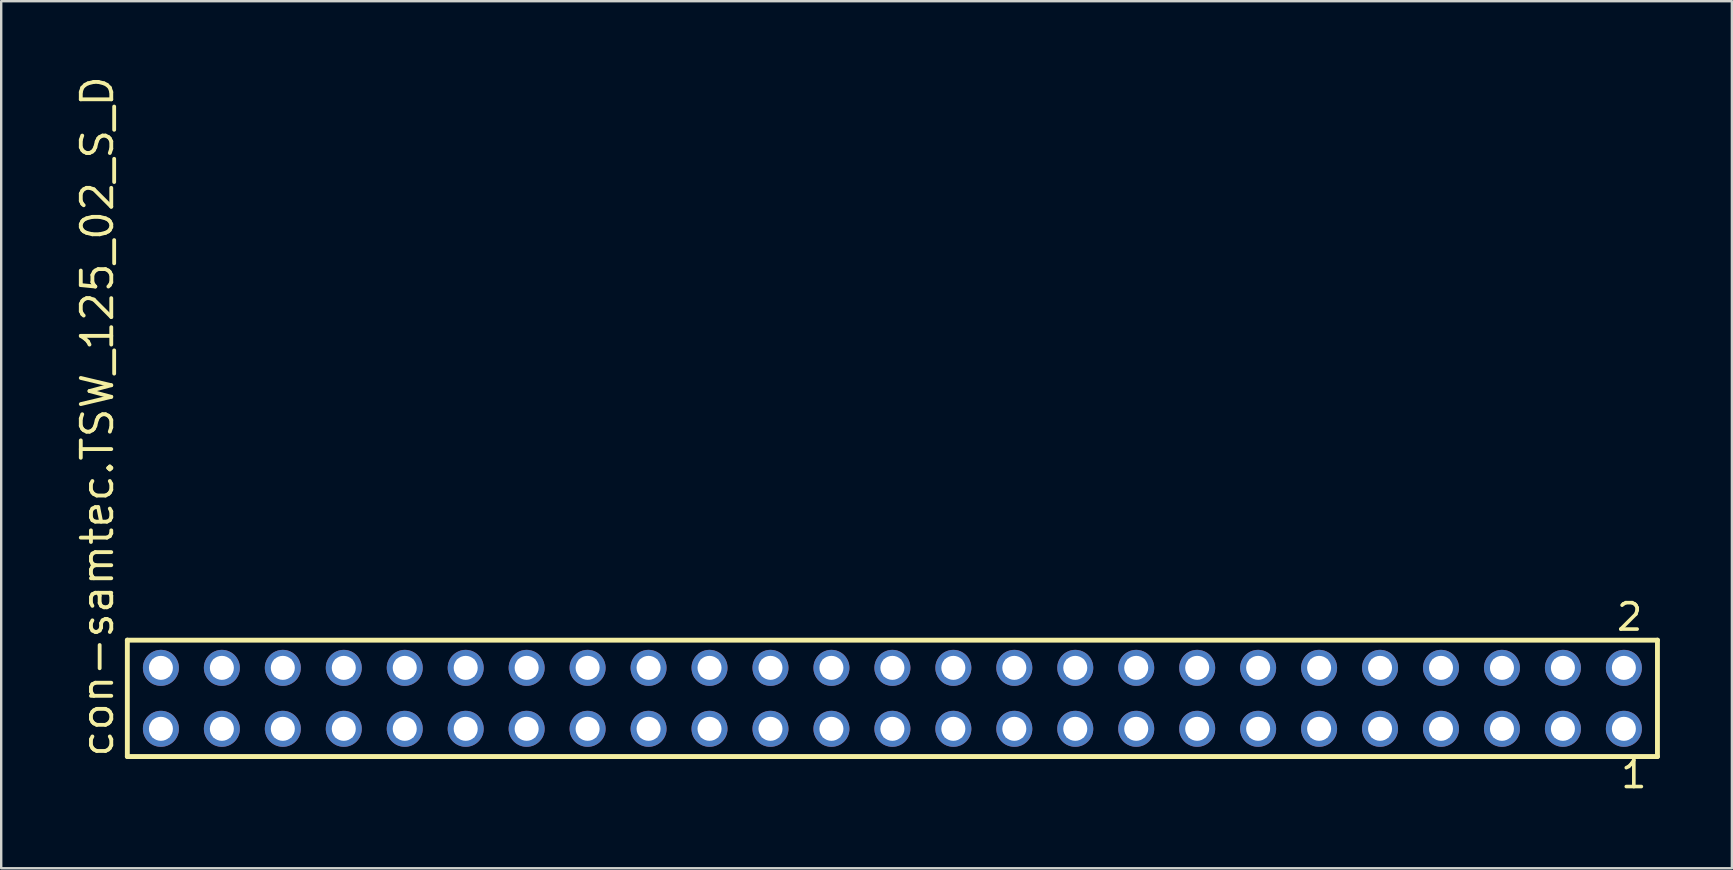
<source format=kicad_pcb>
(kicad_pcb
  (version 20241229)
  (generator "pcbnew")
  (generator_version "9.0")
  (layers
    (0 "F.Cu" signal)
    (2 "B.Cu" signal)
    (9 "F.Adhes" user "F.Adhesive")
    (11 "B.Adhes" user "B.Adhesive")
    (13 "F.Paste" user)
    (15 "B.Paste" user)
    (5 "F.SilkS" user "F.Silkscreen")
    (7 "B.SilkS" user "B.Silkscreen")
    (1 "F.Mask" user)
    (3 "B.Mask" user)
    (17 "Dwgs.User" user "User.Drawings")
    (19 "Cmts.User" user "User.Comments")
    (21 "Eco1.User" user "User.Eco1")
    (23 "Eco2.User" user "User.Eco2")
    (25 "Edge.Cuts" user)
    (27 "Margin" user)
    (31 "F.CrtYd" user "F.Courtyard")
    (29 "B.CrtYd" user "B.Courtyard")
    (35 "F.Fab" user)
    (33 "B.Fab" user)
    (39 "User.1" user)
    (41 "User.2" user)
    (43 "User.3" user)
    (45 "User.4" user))
  (footprint "con-samtec.TSW_125_02_S_D"
    (layer "F.Cu")
    (at 34.135 26.049)
    (property "Reference" "con-samtec.TSW_125_02_S_D" (at -32.385 2.54 90) (layer "F.SilkS") (effects (font (size 1.27 1.27) (thickness 0.16)) (justify left bottom)))
    (attr through_hole)
    (fp_line (start -31.879 -2.425) (end 31.879 -2.425) (stroke (width 0.203) (type default)) (layer "F.SilkS"))
    (fp_line (start -31.879 2.425) (end -31.879 -2.425) (stroke (width 0.203) (type default)) (layer "F.SilkS"))
    (fp_line (start 31.879 -2.425) (end 31.879 2.425) (stroke (width 0.203) (type default)) (layer "F.SilkS"))
    (fp_line (start 31.879 2.425) (end -31.879 2.425) (stroke (width 0.203) (type default)) (layer "F.SilkS"))
    (fp_rect (start -30.83 -0.92) (end -30.13 -1.62) (stroke (width 0.05) (type default)) (fill no) (layer "F.Fab"))
    (fp_rect (start -30.83 1.62) (end -30.13 0.92) (stroke (width 0.05) (type default)) (fill no) (layer "F.Fab"))
    (fp_rect (start -28.29 -0.92) (end -27.59 -1.62) (stroke (width 0.05) (type default)) (fill no) (layer "F.Fab"))
    (fp_rect (start -28.29 1.62) (end -27.59 0.92) (stroke (width 0.05) (type default)) (fill no) (layer "F.Fab"))
    (fp_rect (start -25.75 -0.92) (end -25.05 -1.62) (stroke (width 0.05) (type default)) (fill no) (layer "F.Fab"))
    (fp_rect (start -25.75 1.62) (end -25.05 0.92) (stroke (width 0.05) (type default)) (fill no) (layer "F.Fab"))
    (fp_rect (start -23.21 -0.92) (end -22.51 -1.62) (stroke (width 0.05) (type default)) (fill no) (layer "F.Fab"))
    (fp_rect (start -23.21 1.62) (end -22.51 0.92) (stroke (width 0.05) (type default)) (fill no) (layer "F.Fab"))
    (fp_rect (start -20.67 -0.92) (end -19.97 -1.62) (stroke (width 0.05) (type default)) (fill no) (layer "F.Fab"))
    (fp_rect (start -20.67 1.62) (end -19.97 0.92) (stroke (width 0.05) (type default)) (fill no) (layer "F.Fab"))
    (fp_rect (start -18.13 -0.92) (end -17.43 -1.62) (stroke (width 0.05) (type default)) (fill no) (layer "F.Fab"))
    (fp_rect (start -18.13 1.62) (end -17.43 0.92) (stroke (width 0.05) (type default)) (fill no) (layer "F.Fab"))
    (fp_rect (start -15.59 -0.92) (end -14.89 -1.62) (stroke (width 0.05) (type default)) (fill no) (layer "F.Fab"))
    (fp_rect (start -15.59 1.62) (end -14.89 0.92) (stroke (width 0.05) (type default)) (fill no) (layer "F.Fab"))
    (fp_rect (start -13.05 -0.92) (end -12.35 -1.62) (stroke (width 0.05) (type default)) (fill no) (layer "F.Fab"))
    (fp_rect (start -13.05 1.62) (end -12.35 0.92) (stroke (width 0.05) (type default)) (fill no) (layer "F.Fab"))
    (fp_rect (start -10.51 -0.92) (end -9.81 -1.62) (stroke (width 0.05) (type default)) (fill no) (layer "F.Fab"))
    (fp_rect (start -10.51 1.62) (end -9.81 0.92) (stroke (width 0.05) (type default)) (fill no) (layer "F.Fab"))
    (fp_rect (start -7.97 -0.92) (end -7.27 -1.62) (stroke (width 0.05) (type default)) (fill no) (layer "F.Fab"))
    (fp_rect (start -7.97 1.62) (end -7.27 0.92) (stroke (width 0.05) (type default)) (fill no) (layer "F.Fab"))
    (fp_rect (start -5.43 -0.92) (end -4.73 -1.62) (stroke (width 0.05) (type default)) (fill no) (layer "F.Fab"))
    (fp_rect (start -5.43 1.62) (end -4.73 0.92) (stroke (width 0.05) (type default)) (fill no) (layer "F.Fab"))
    (fp_rect (start -2.89 -0.92) (end -2.19 -1.62) (stroke (width 0.05) (type default)) (fill no) (layer "F.Fab"))
    (fp_rect (start -2.89 1.62) (end -2.19 0.92) (stroke (width 0.05) (type default)) (fill no) (layer "F.Fab"))
    (fp_rect (start -0.35 -0.92) (end 0.35 -1.62) (stroke (width 0.05) (type default)) (fill no) (layer "F.Fab"))
    (fp_rect (start -0.35 1.62) (end 0.35 0.92) (stroke (width 0.05) (type default)) (fill no) (layer "F.Fab"))
    (fp_rect (start 2.19 -0.92) (end 2.89 -1.62) (stroke (width 0.05) (type default)) (fill no) (layer "F.Fab"))
    (fp_rect (start 2.19 1.62) (end 2.89 0.92) (stroke (width 0.05) (type default)) (fill no) (layer "F.Fab"))
    (fp_rect (start 4.73 -0.92) (end 5.43 -1.62) (stroke (width 0.05) (type default)) (fill no) (layer "F.Fab"))
    (fp_rect (start 4.73 1.62) (end 5.43 0.92) (stroke (width 0.05) (type default)) (fill no) (layer "F.Fab"))
    (fp_rect (start 7.27 -0.92) (end 7.97 -1.62) (stroke (width 0.05) (type default)) (fill no) (layer "F.Fab"))
    (fp_rect (start 7.27 1.62) (end 7.97 0.92) (stroke (width 0.05) (type default)) (fill no) (layer "F.Fab"))
    (fp_rect (start 9.81 -0.92) (end 10.51 -1.62) (stroke (width 0.05) (type default)) (fill no) (layer "F.Fab"))
    (fp_rect (start 9.81 1.62) (end 10.51 0.92) (stroke (width 0.05) (type default)) (fill no) (layer "F.Fab"))
    (fp_rect (start 12.35 -0.92) (end 13.05 -1.62) (stroke (width 0.05) (type default)) (fill no) (layer "F.Fab"))
    (fp_rect (start 12.35 1.62) (end 13.05 0.92) (stroke (width 0.05) (type default)) (fill no) (layer "F.Fab"))
    (fp_rect (start 14.89 -0.92) (end 15.59 -1.62) (stroke (width 0.05) (type default)) (fill no) (layer "F.Fab"))
    (fp_rect (start 14.89 1.62) (end 15.59 0.92) (stroke (width 0.05) (type default)) (fill no) (layer "F.Fab"))
    (fp_rect (start 17.43 -0.92) (end 18.13 -1.62) (stroke (width 0.05) (type default)) (fill no) (layer "F.Fab"))
    (fp_rect (start 17.43 1.62) (end 18.13 0.92) (stroke (width 0.05) (type default)) (fill no) (layer "F.Fab"))
    (fp_rect (start 19.97 -0.92) (end 20.67 -1.62) (stroke (width 0.05) (type default)) (fill no) (layer "F.Fab"))
    (fp_rect (start 19.97 1.62) (end 20.67 0.92) (stroke (width 0.05) (type default)) (fill no) (layer "F.Fab"))
    (fp_rect (start 22.51 -0.92) (end 23.21 -1.62) (stroke (width 0.05) (type default)) (fill no) (layer "F.Fab"))
    (fp_rect (start 22.51 1.62) (end 23.21 0.92) (stroke (width 0.05) (type default)) (fill no) (layer "F.Fab"))
    (fp_rect (start 25.05 -0.92) (end 25.75 -1.62) (stroke (width 0.05) (type default)) (fill no) (layer "F.Fab"))
    (fp_rect (start 25.05 1.62) (end 25.75 0.92) (stroke (width 0.05) (type default)) (fill no) (layer "F.Fab"))
    (fp_rect (start 27.59 -0.92) (end 28.29 -1.62) (stroke (width 0.05) (type default)) (fill no) (layer "F.Fab"))
    (fp_rect (start 27.59 1.62) (end 28.29 0.92) (stroke (width 0.05) (type default)) (fill no) (layer "F.Fab"))
    (fp_rect (start 30.13 -0.92) (end 30.83 -1.62) (stroke (width 0.05) (type default)) (fill no) (layer "F.Fab"))
    (fp_rect (start 30.13 1.62) (end 30.83 0.92) (stroke (width 0.05) (type default)) (fill no) (layer "F.Fab"))
    (fp_text user "2" (at 30.097 -2.744 0) (layer "F.SilkS") (effects (font (size 1.1 1.1) (thickness 0.15)) (justify left bottom)))
    (fp_text user "1" (at 30.272 3.818 0) (layer "F.SilkS") (effects (font (size 1.1 1.1) (thickness 0.15)) (justify left bottom)))
    (pad "1" thru_hole circle (at 30.48 1.27 180) (size 1.5 1.5) (drill 1) (layers "*.Cu" "*.Mask"))
    (pad "2" thru_hole circle (at 30.48 -1.27 180) (size 1.5 1.5) (drill 1) (layers "*.Cu" "*.Mask"))
    (pad "3" thru_hole circle (at 27.94 1.27 180) (size 1.5 1.5) (drill 1) (layers "*.Cu" "*.Mask"))
    (pad "4" thru_hole circle (at 27.94 -1.27 180) (size 1.5 1.5) (drill 1) (layers "*.Cu" "*.Mask"))
    (pad "5" thru_hole circle (at 25.4 1.27 180) (size 1.5 1.5) (drill 1) (layers "*.Cu" "*.Mask"))
    (pad "6" thru_hole circle (at 25.4 -1.27 180) (size 1.5 1.5) (drill 1) (layers "*.Cu" "*.Mask"))
    (pad "7" thru_hole circle (at 22.86 1.27 180) (size 1.5 1.5) (drill 1) (layers "*.Cu" "*.Mask"))
    (pad "8" thru_hole circle (at 22.86 -1.27 180) (size 1.5 1.5) (drill 1) (layers "*.Cu" "*.Mask"))
    (pad "9" thru_hole circle (at 20.32 1.27 180) (size 1.5 1.5) (drill 1) (layers "*.Cu" "*.Mask"))
    (pad "10" thru_hole circle (at 20.32 -1.27 180) (size 1.5 1.5) (drill 1) (layers "*.Cu" "*.Mask"))
    (pad "11" thru_hole circle (at 17.78 1.27 180) (size 1.5 1.5) (drill 1) (layers "*.Cu" "*.Mask"))
    (pad "12" thru_hole circle (at 17.78 -1.27 180) (size 1.5 1.5) (drill 1) (layers "*.Cu" "*.Mask"))
    (pad "13" thru_hole circle (at 15.24 1.27 180) (size 1.5 1.5) (drill 1) (layers "*.Cu" "*.Mask"))
    (pad "14" thru_hole circle (at 15.24 -1.27 180) (size 1.5 1.5) (drill 1) (layers "*.Cu" "*.Mask"))
    (pad "15" thru_hole circle (at 12.7 1.27 180) (size 1.5 1.5) (drill 1) (layers "*.Cu" "*.Mask"))
    (pad "16" thru_hole circle (at 12.7 -1.27 180) (size 1.5 1.5) (drill 1) (layers "*.Cu" "*.Mask"))
    (pad "17" thru_hole circle (at 10.16 1.27 180) (size 1.5 1.5) (drill 1) (layers "*.Cu" "*.Mask"))
    (pad "18" thru_hole circle (at 10.16 -1.27 180) (size 1.5 1.5) (drill 1) (layers "*.Cu" "*.Mask"))
    (pad "19" thru_hole circle (at 7.62 1.27 180) (size 1.5 1.5) (drill 1) (layers "*.Cu" "*.Mask"))
    (pad "20" thru_hole circle (at 7.62 -1.27 180) (size 1.5 1.5) (drill 1) (layers "*.Cu" "*.Mask"))
    (pad "21" thru_hole circle (at 5.08 1.27 180) (size 1.5 1.5) (drill 1) (layers "*.Cu" "*.Mask"))
    (pad "22" thru_hole circle (at 5.08 -1.27 180) (size 1.5 1.5) (drill 1) (layers "*.Cu" "*.Mask"))
    (pad "23" thru_hole circle (at 2.54 1.27 180) (size 1.5 1.5) (drill 1) (layers "*.Cu" "*.Mask"))
    (pad "24" thru_hole circle (at 2.54 -1.27 180) (size 1.5 1.5) (drill 1) (layers "*.Cu" "*.Mask"))
    (pad "25" thru_hole circle (at 0 1.27 180) (size 1.5 1.5) (drill 1) (layers "*.Cu" "*.Mask"))
    (pad "26" thru_hole circle (at 0 -1.27 180) (size 1.5 1.5) (drill 1) (layers "*.Cu" "*.Mask"))
    (pad "27" thru_hole circle (at -2.54 1.27 180) (size 1.5 1.5) (drill 1) (layers "*.Cu" "*.Mask"))
    (pad "28" thru_hole circle (at -2.54 -1.27 180) (size 1.5 1.5) (drill 1) (layers "*.Cu" "*.Mask"))
    (pad "29" thru_hole circle (at -5.08 1.27 180) (size 1.5 1.5) (drill 1) (layers "*.Cu" "*.Mask"))
    (pad "30" thru_hole circle (at -5.08 -1.27 180) (size 1.5 1.5) (drill 1) (layers "*.Cu" "*.Mask"))
    (pad "31" thru_hole circle (at -7.62 1.27 180) (size 1.5 1.5) (drill 1) (layers "*.Cu" "*.Mask"))
    (pad "32" thru_hole circle (at -7.62 -1.27 180) (size 1.5 1.5) (drill 1) (layers "*.Cu" "*.Mask"))
    (pad "33" thru_hole circle (at -10.16 1.27 180) (size 1.5 1.5) (drill 1) (layers "*.Cu" "*.Mask"))
    (pad "34" thru_hole circle (at -10.16 -1.27 180) (size 1.5 1.5) (drill 1) (layers "*.Cu" "*.Mask"))
    (pad "35" thru_hole circle (at -12.7 1.27 180) (size 1.5 1.5) (drill 1) (layers "*.Cu" "*.Mask"))
    (pad "36" thru_hole circle (at -12.7 -1.27 180) (size 1.5 1.5) (drill 1) (layers "*.Cu" "*.Mask"))
    (pad "37" thru_hole circle (at -15.24 1.27 180) (size 1.5 1.5) (drill 1) (layers "*.Cu" "*.Mask"))
    (pad "38" thru_hole circle (at -15.24 -1.27 180) (size 1.5 1.5) (drill 1) (layers "*.Cu" "*.Mask"))
    (pad "39" thru_hole circle (at -17.78 1.27 180) (size 1.5 1.5) (drill 1) (layers "*.Cu" "*.Mask"))
    (pad "40" thru_hole circle (at -17.78 -1.27 180) (size 1.5 1.5) (drill 1) (layers "*.Cu" "*.Mask"))
    (pad "41" thru_hole circle (at -20.32 1.27 180) (size 1.5 1.5) (drill 1) (layers "*.Cu" "*.Mask"))
    (pad "42" thru_hole circle (at -20.32 -1.27 180) (size 1.5 1.5) (drill 1) (layers "*.Cu" "*.Mask"))
    (pad "43" thru_hole circle (at -22.86 1.27 180) (size 1.5 1.5) (drill 1) (layers "*.Cu" "*.Mask"))
    (pad "44" thru_hole circle (at -22.86 -1.27 180) (size 1.5 1.5) (drill 1) (layers "*.Cu" "*.Mask"))
    (pad "45" thru_hole circle (at -25.4 1.27 180) (size 1.5 1.5) (drill 1) (layers "*.Cu" "*.Mask"))
    (pad "46" thru_hole circle (at -25.4 -1.27 180) (size 1.5 1.5) (drill 1) (layers "*.Cu" "*.Mask"))
    (pad "47" thru_hole circle (at -27.94 1.27 180) (size 1.5 1.5) (drill 1) (layers "*.Cu" "*.Mask"))
    (pad "48" thru_hole circle (at -27.94 -1.27 180) (size 1.5 1.5) (drill 1) (layers "*.Cu" "*.Mask"))
    (pad "49" thru_hole circle (at -30.48 1.27 180) (size 1.5 1.5) (drill 1) (layers "*.Cu" "*.Mask"))
    (pad "50" thru_hole circle (at -30.48 -1.27 180) (size 1.5 1.5) (drill 1) (layers "*.Cu" "*.Mask")))
  (gr_rect
    (start -3 -3)
    (end 69.116 33.131)
    (stroke (width 0.1) (type default))
    (fill no)
    (layer "Edge.Cuts")))
</source>
